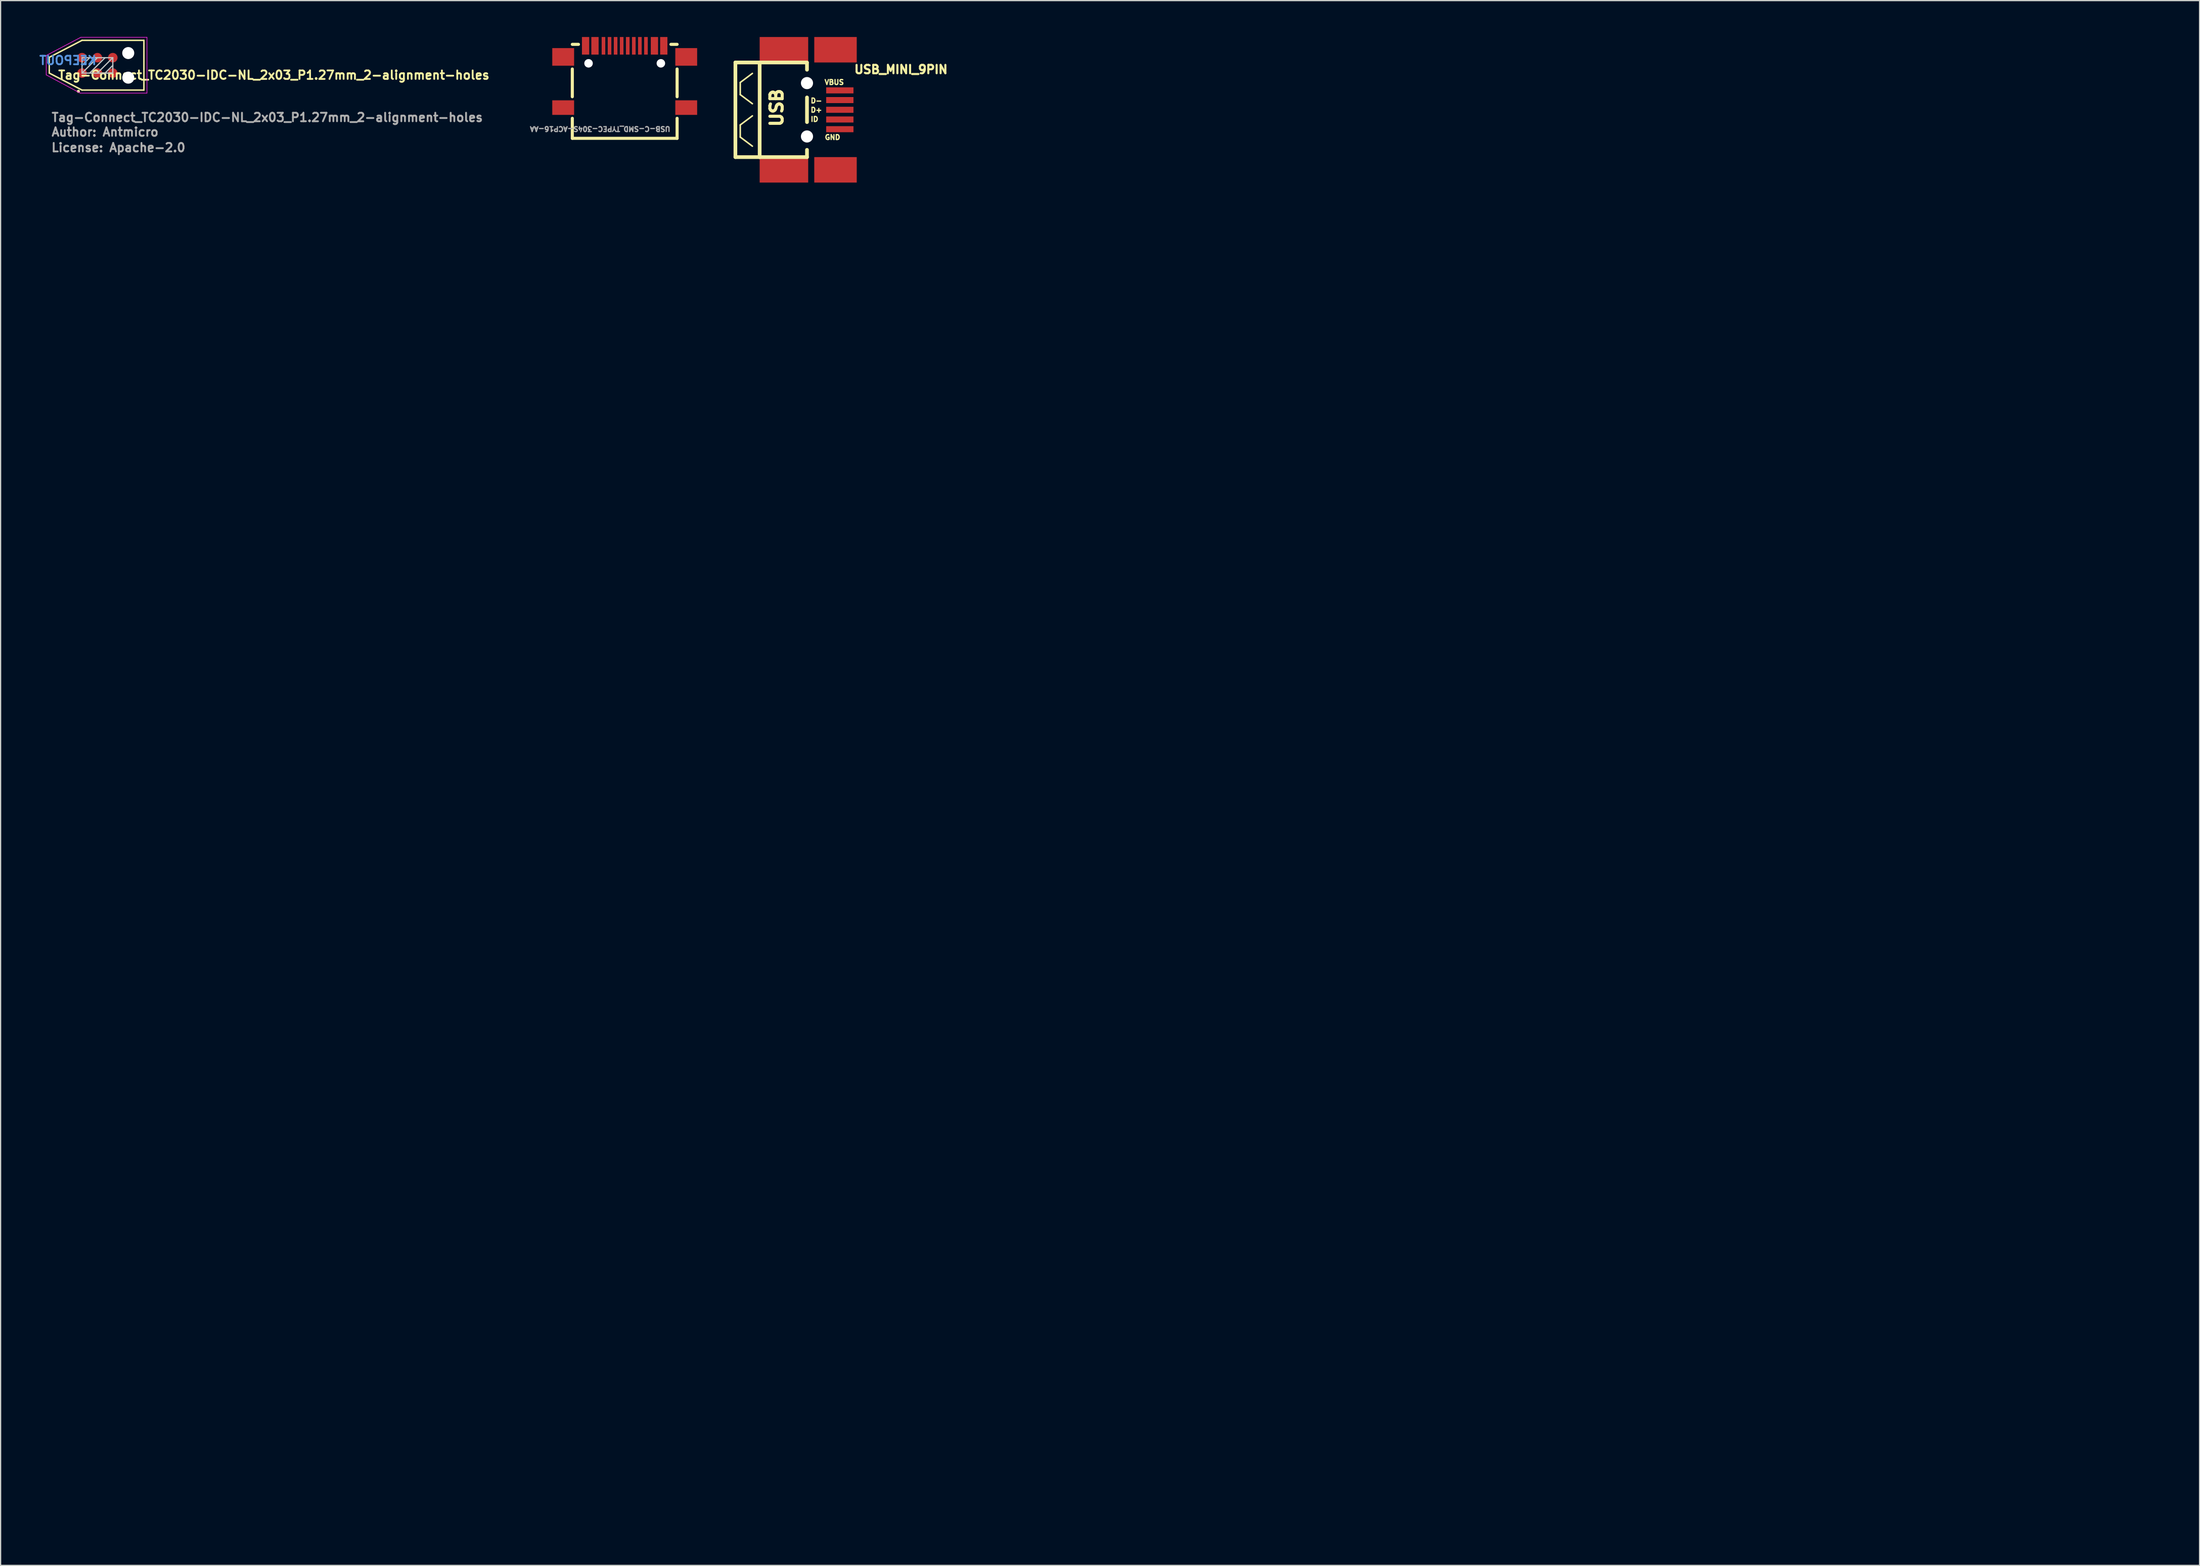
<source format=kicad_pcb>
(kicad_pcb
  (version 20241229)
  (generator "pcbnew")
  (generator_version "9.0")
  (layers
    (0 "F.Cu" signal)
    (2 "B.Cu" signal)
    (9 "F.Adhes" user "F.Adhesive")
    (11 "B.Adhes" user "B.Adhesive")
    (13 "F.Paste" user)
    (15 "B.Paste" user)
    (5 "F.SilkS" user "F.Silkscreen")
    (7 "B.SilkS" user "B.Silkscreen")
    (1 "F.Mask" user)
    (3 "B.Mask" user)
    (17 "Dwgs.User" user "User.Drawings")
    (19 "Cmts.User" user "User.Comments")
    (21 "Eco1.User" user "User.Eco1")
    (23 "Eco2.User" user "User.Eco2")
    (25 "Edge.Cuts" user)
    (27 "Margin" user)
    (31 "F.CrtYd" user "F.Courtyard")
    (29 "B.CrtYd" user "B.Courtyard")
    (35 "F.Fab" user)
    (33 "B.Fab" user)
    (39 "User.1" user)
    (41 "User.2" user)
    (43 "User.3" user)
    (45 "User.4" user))
  (footprint "USB-C-SMD_TYPEC-304S-ACP16-AA"
    (layer "F.Cu")
    (at 48.433 3.273)
    (property "Reference" "USB-C-SMD_TYPEC-304S-ACP16-AA" (at 3.81 4.064 180) (unlocked yes) (layer "F.Fab") (effects (font (size 0.4 0.4) (thickness 0.1)) (justify left bottom)))
    (fp_line (start -4.318 -2.667) (end -3.81 -2.667) (stroke (width 0.254) (type default)) (layer "F.SilkS"))
    (fp_line (start -4.318 -0.635) (end -4.318 1.651) (stroke (width 0.254) (type default)) (layer "F.SilkS"))
    (fp_line (start -4.318 3.429) (end -4.318 5.08) (stroke (width 0.254) (type default)) (layer "F.SilkS"))
    (fp_line (start -4.318 5.08) (end 4.318 5.08) (stroke (width 0.254) (type default)) (layer "F.SilkS"))
    (fp_line (start 3.81 -2.667) (end 4.318 -2.667) (stroke (width 0.254) (type default)) (layer "F.SilkS"))
    (fp_line (start 4.318 1.651) (end 4.318 -0.635) (stroke (width 0.254) (type default)) (layer "F.SilkS"))
    (fp_line (start 4.318 5.08) (end 4.318 3.429) (stroke (width 0.254) (type default)) (layer "F.SilkS"))
    (pad "" np_thru_hole circle (at -2.98 -1.103 180) (size 0.7 0.7) (drill 0.7) (layers "*.Cu" "*.Mask"))
    (pad "" np_thru_hole circle (at 2.98 -1.103 180) (size 0.7 0.7) (drill 0.7) (layers "*.Cu" "*.Mask"))
    (pad "13" smd rect (at -5.07 -1.633) (size 1.8 1.45) (layers "F.Cu" "F.Mask" "F.Paste"))
    (pad "14" smd rect (at 5.07 -1.633) (size 1.8 1.45) (layers "F.Cu" "F.Mask" "F.Paste"))
    (pad "15" smd rect (at -5.07 2.547) (size 1.8 1.2) (layers "F.Cu" "F.Mask" "F.Paste"))
    (pad "16" smd rect (at 5.07 2.547) (size 1.8 1.2) (layers "F.Cu" "F.Mask" "F.Paste"))
    (pad "A1B12" smd rect (at -3.225 -2.548) (size 0.6 1.45) (layers "F.Cu" "F.Mask" "F.Paste"))
    (pad "A4B9" smd rect (at -2.45 -2.548) (size 0.6 1.45) (layers "F.Cu" "F.Mask" "F.Paste"))
    (pad "A5" smd rect (at -1.25 -2.547) (size 0.3 1.45) (layers "F.Cu" "F.Mask" "F.Paste"))
    (pad "A6" smd rect (at -0.25 -2.548) (size 0.3 1.45) (layers "F.Cu" "F.Mask" "F.Paste"))
    (pad "A7" smd rect (at 0.25 -2.548) (size 0.3 1.45) (layers "F.Cu" "F.Mask" "F.Paste"))
    (pad "A8" smd rect (at 1.25 -2.548) (size 0.3 1.45) (layers "F.Cu" "F.Mask" "F.Paste"))
    (pad "B1A12" smd rect (at 3.22 -2.548) (size 0.6 1.45) (layers "F.Cu" "F.Mask" "F.Paste"))
    (pad "B4A9" smd rect (at 2.45 -2.548) (size 0.6 1.45) (layers "F.Cu" "F.Mask" "F.Paste"))
    (pad "B5" smd rect (at 1.75 -2.548) (size 0.3 1.45) (layers "F.Cu" "F.Mask" "F.Paste"))
    (pad "B6" smd rect (at 0.75 -2.548) (size 0.3 1.45) (layers "F.Cu" "F.Mask" "F.Paste"))
    (pad "B7" smd rect (at -0.75 -2.548) (size 0.3 1.45) (layers "F.Cu" "F.Mask" "F.Paste"))
    (pad "B8" smd rect (at -1.75 -2.548) (size 0.3 1.45) (layers "F.Cu" "F.Mask" "F.Paste")))
  (footprint "Tag-Connect_TC2030-IDC-NL_2x03_P1.27mm_2-alignment-holes"
    (layer "F.Cu")
    (at 3.71 2.975)
    (property "Reference" "Tag-Connect_TC2030-IDC-NL_2x03_P1.27mm_2-alignment-holes" (at -2.04 0.574 180) (layer "F.SilkS") (effects (font (size 0.7 0.7) (thickness 0.15)) (justify left bottom)))
    (fp_line (start -2.7 -1.3) (end -2.7 0) (stroke (width 0.12) (type solid)) (layer "F.SilkS"))
    (fp_line (start -2.7 0) (end 0 1.4) (stroke (width 0.12) (type solid)) (layer "F.SilkS"))
    (fp_line (start 0 -2.7) (end -2.7 -1.3) (stroke (width 0.12) (type solid)) (layer "F.SilkS"))
    (fp_line (start 0 1.4) (end 5.1 1.4) (stroke (width 0.12) (type solid)) (layer "F.SilkS"))
    (fp_line (start 5.1 -2.7) (end 0 -2.7) (stroke (width 0.12) (type solid)) (layer "F.SilkS"))
    (fp_line (start 5.1 1.4) (end 5.1 -2.7) (stroke (width 0.12) (type solid)) (layer "F.SilkS"))
    (fp_circle (center -0.3 1.5) (end -0.249 1.5) (stroke (width 0.15) (type solid)) (fill yes) (layer "F.SilkS"))
    (fp_line (start 0 -1.27) (end 0 0) (stroke (width 0.1) (type solid)) (layer "Dwgs.User"))
    (fp_line (start 0 0) (end 2.536 0) (stroke (width 0.1) (type solid)) (layer "Dwgs.User"))
    (fp_line (start 0.631 -1.27) (end 0 -0.634) (stroke (width 0.1) (type solid)) (layer "Dwgs.User"))
    (fp_line (start 1.267 -1.27) (end 0 0) (stroke (width 0.1) (type solid)) (layer "Dwgs.User"))
    (fp_line (start 1.9 -1.27) (end 0.631 0) (stroke (width 0.1) (type solid)) (layer "Dwgs.User"))
    (fp_line (start 2.536 -1.27) (end 0 -1.27) (stroke (width 0.1) (type solid)) (layer "Dwgs.User"))
    (fp_line (start 2.536 -1.27) (end 1.267 0) (stroke (width 0.1) (type solid)) (layer "Dwgs.User"))
    (fp_line (start 2.536 -0.634) (end 1.9 0) (stroke (width 0.1) (type solid)) (layer "Dwgs.User"))
    (fp_line (start 2.536 0) (end 2.536 -1.27) (stroke (width 0.1) (type solid)) (layer "Dwgs.User"))
    (fp_line (start -2.95 -1.45) (end -2.95 0.15) (stroke (width 0.05) (type solid)) (layer "F.CrtYd"))
    (fp_line (start -2.95 -1.45) (end -0.1 -2.95) (stroke (width 0.05) (type solid)) (layer "F.CrtYd"))
    (fp_line (start -0.15 1.65) (end -2.95 0.15) (stroke (width 0.05) (type solid)) (layer "F.CrtYd"))
    (fp_line (start -0.15 1.65) (end 5.35 1.65) (stroke (width 0.05) (type solid)) (layer "F.CrtYd"))
    (fp_line (start 5.35 -2.95) (end -0.1 -2.95) (stroke (width 0.05) (type solid)) (layer "F.CrtYd"))
    (fp_line (start 5.35 1.65) (end 5.35 -2.95) (stroke (width 0.05) (type solid)) (layer "F.CrtYd"))
    (fp_text user "KEEPOUT" (at 1.267 -0.634 180) (layer "Cmts.User") (effects (font (size 0.7 0.7) (thickness 0.15)) (justify left bottom mirror)))
    (fp_text user "Author: Antmicro" (at -2.584 5.264 180) (layer "F.Fab") (effects (font (size 0.7 0.7) (thickness 0.15)) (justify left bottom)))
    (fp_text user "${REFERENCE}" (at -2.584 4.063 180) (layer "F.Fab") (effects (font (size 0.7 0.7) (thickness 0.15)) (justify left bottom)))
    (fp_text user "License: Apache-2.0" (at -2.6 6.55 180) (layer "F.Fab") (effects (font (size 0.7 0.7) (thickness 0.15)) (justify left bottom)))
    (pad "" np_thru_hole circle (at 3.809 -1.651 180) (size 0.991 0.991) (drill 0.991) (layers "*.Cu" "*.Mask"))
    (pad "" np_thru_hole circle (at 3.809 0.377 180) (size 0.991 0.991) (drill 0.991) (layers "*.Cu" "*.Mask"))
    (pad "1" connect circle (at 0 0 180) (size 0.787 0.787) (layers "F.Cu" "F.Mask"))
    (pad "2" connect circle (at 0 -1.27 180) (size 0.787 0.787) (layers "F.Cu" "F.Mask"))
    (pad "3" connect circle (at 1.267 0 180) (size 0.787 0.787) (layers "F.Cu" "F.Mask"))
    (pad "4" connect circle (at 1.267 -1.27 180) (size 0.787 0.787) (layers "F.Cu" "F.Mask"))
    (pad "5" connect circle (at 2.536 0 180) (size 0.787 0.787) (layers "F.Cu" "F.Mask"))
    (pad "6" connect circle (at 2.536 -1.27 180) (size 0.787 0.787) (layers "F.Cu" "F.Mask")))
  (footprint "USB_MINI_9PIN"
    (layer "F.Cu")
    (at 63.455 6)
    (property "Reference" "USB_MINI_9PIN" (at 3.81 -2.921 0) (unlocked yes) (layer "F.SilkS") (effects (font (size 0.686 0.686) (thickness 0.203)) (justify left bottom)))
    (fp_line (start -5.9 -3.9) (end -5.9 3.9) (stroke (width 0.305) (type solid)) (layer "F.SilkS"))
    (fp_line (start -5.9 3.9) (end -3.9 3.9) (stroke (width 0.305) (type solid)) (layer "F.SilkS"))
    (fp_line (start -5.5 -2.25) (end -5.5 -1.25) (stroke (width 0.127) (type solid)) (layer "F.SilkS"))
    (fp_line (start -5.5 -2.25) (end -4.5 -3) (stroke (width 0.127) (type solid)) (layer "F.SilkS"))
    (fp_line (start -5.5 -1.25) (end -4.5 -0.5) (stroke (width 0.127) (type solid)) (layer "F.SilkS"))
    (fp_line (start -5.5 1.25) (end -5.5 2.25) (stroke (width 0.127) (type solid)) (layer "F.SilkS"))
    (fp_line (start -5.5 1.25) (end -4.5 0.5) (stroke (width 0.127) (type solid)) (layer "F.SilkS"))
    (fp_line (start -5.5 2.25) (end -4.5 3) (stroke (width 0.127) (type solid)) (layer "F.SilkS"))
    (fp_line (start -3.9 -3.875) (end -3.9 3.9) (stroke (width 0.305) (type solid)) (layer "F.SilkS"))
    (fp_line (start -3.9 3.9) (end 0 3.9) (stroke (width 0.305) (type solid)) (layer "F.SilkS"))
    (fp_line (start 0 -3.9) (end -5.9 -3.9) (stroke (width 0.305) (type solid)) (layer "F.SilkS"))
    (fp_line (start 0 -3.302) (end 0 -3.875) (stroke (width 0.305) (type solid)) (layer "F.SilkS"))
    (fp_line (start 0 1.016) (end 0 -1.016) (stroke (width 0.305) (type solid)) (layer "F.SilkS"))
    (fp_line (start 0 3.9) (end 0 3.302) (stroke (width 0.305) (type solid)) (layer "F.SilkS"))
    (fp_text user "GND" (at 2.792 2.032 0) (layer "F.SilkS") (effects (font (size 0.406 0.406) (thickness 0.102)) (justify right top)))
    (fp_text user "USB" (at -1.905 1.524 90) (layer "F.SilkS") (effects (font (size 1.016 1.016) (thickness 0.254)) (justify left bottom)))
    (fp_text user "VBUS" (at 1.395 -2.032 0) (layer "F.SilkS") (effects (font (size 0.406 0.406) (thickness 0.102)) (justify left bottom)))
    (fp_text user "D+" (at 0.252 0.254 0) (layer "F.SilkS") (effects (font (size 0.406 0.406) (thickness 0.102)) (justify left bottom)))
    (fp_text user "D-" (at 0.252 -0.508 0) (layer "F.SilkS") (effects (font (size 0.406 0.406) (thickness 0.102)) (justify left bottom)))
    (fp_text user "ID" (at 0.252 1.016 0) (layer "F.SilkS") (effects (font (size 0.406 0.406) (thickness 0.102)) (justify left bottom)))
    (pad "" np_thru_hole circle (at 0 -2.2) (size 1 1) (drill 1) (layers "*.Cu" "*.Mask"))
    (pad "" np_thru_hole circle (at 0 2.2) (size 1 1) (drill 1) (layers "*.Cu" "*.Mask"))
    (pad "D+" smd rect (at 2.706 0) (size 2.25 0.5) (layers "F.Cu" "F.Mask" "F.Paste"))
    (pad "D-" smd rect (at 2.706 -0.8) (size 2.25 0.5) (layers "F.Cu" "F.Mask" "F.Paste"))
    (pad "GND" smd rect (at 2.706 1.6) (size 2.25 0.5) (layers "F.Cu" "F.Mask" "F.Paste"))
    (pad "GND1" smd rect (at -1.9 -4.95) (size 4 2.1) (layers "F.Cu" "F.Mask" "F.Paste"))
    (pad "GND2" smd rect (at 2.35 -4.95) (size 3.5 2.1) (layers "F.Cu" "F.Mask" "F.Paste"))
    (pad "GND3" smd rect (at -1.9 4.95) (size 4 2.1) (layers "F.Cu" "F.Mask" "F.Paste"))
    (pad "GND4" smd rect (at 2.35 4.95) (size 3.5 2.1) (layers "F.Cu" "F.Mask" "F.Paste"))
    (pad "ID" smd rect (at 2.706 0.8) (size 2.25 0.5) (layers "F.Cu" "F.Mask" "F.Paste"))
    (pad "VBUS" smd rect (at 2.706 -1.6) (size 2.25 0.5) (layers "F.Cu" "F.Mask" "F.Paste"))
    (zone (net_name "") (layer "F.Cu") (hatch edge 0.5) (connect_pads) (min_thickness 0.25) (filled_areas_thickness no) (keepout (tracks not_allowed) (vias not_allowed) (pads not_allowed) (copperpour not_allowed) (footprints allowed)) (placement (enabled no)) (fill) (polygon (pts (xy 174.02 122.994) (xy 175.22 122.994) (xy 175.22 116.794) (xy 174.02 116.794)))))
  (gr_rect
    (start -3 -3)
    (end 178.22 125.994)
    (stroke (width 0.1) (type default))
    (fill no)
    (layer "Edge.Cuts")))
</source>
